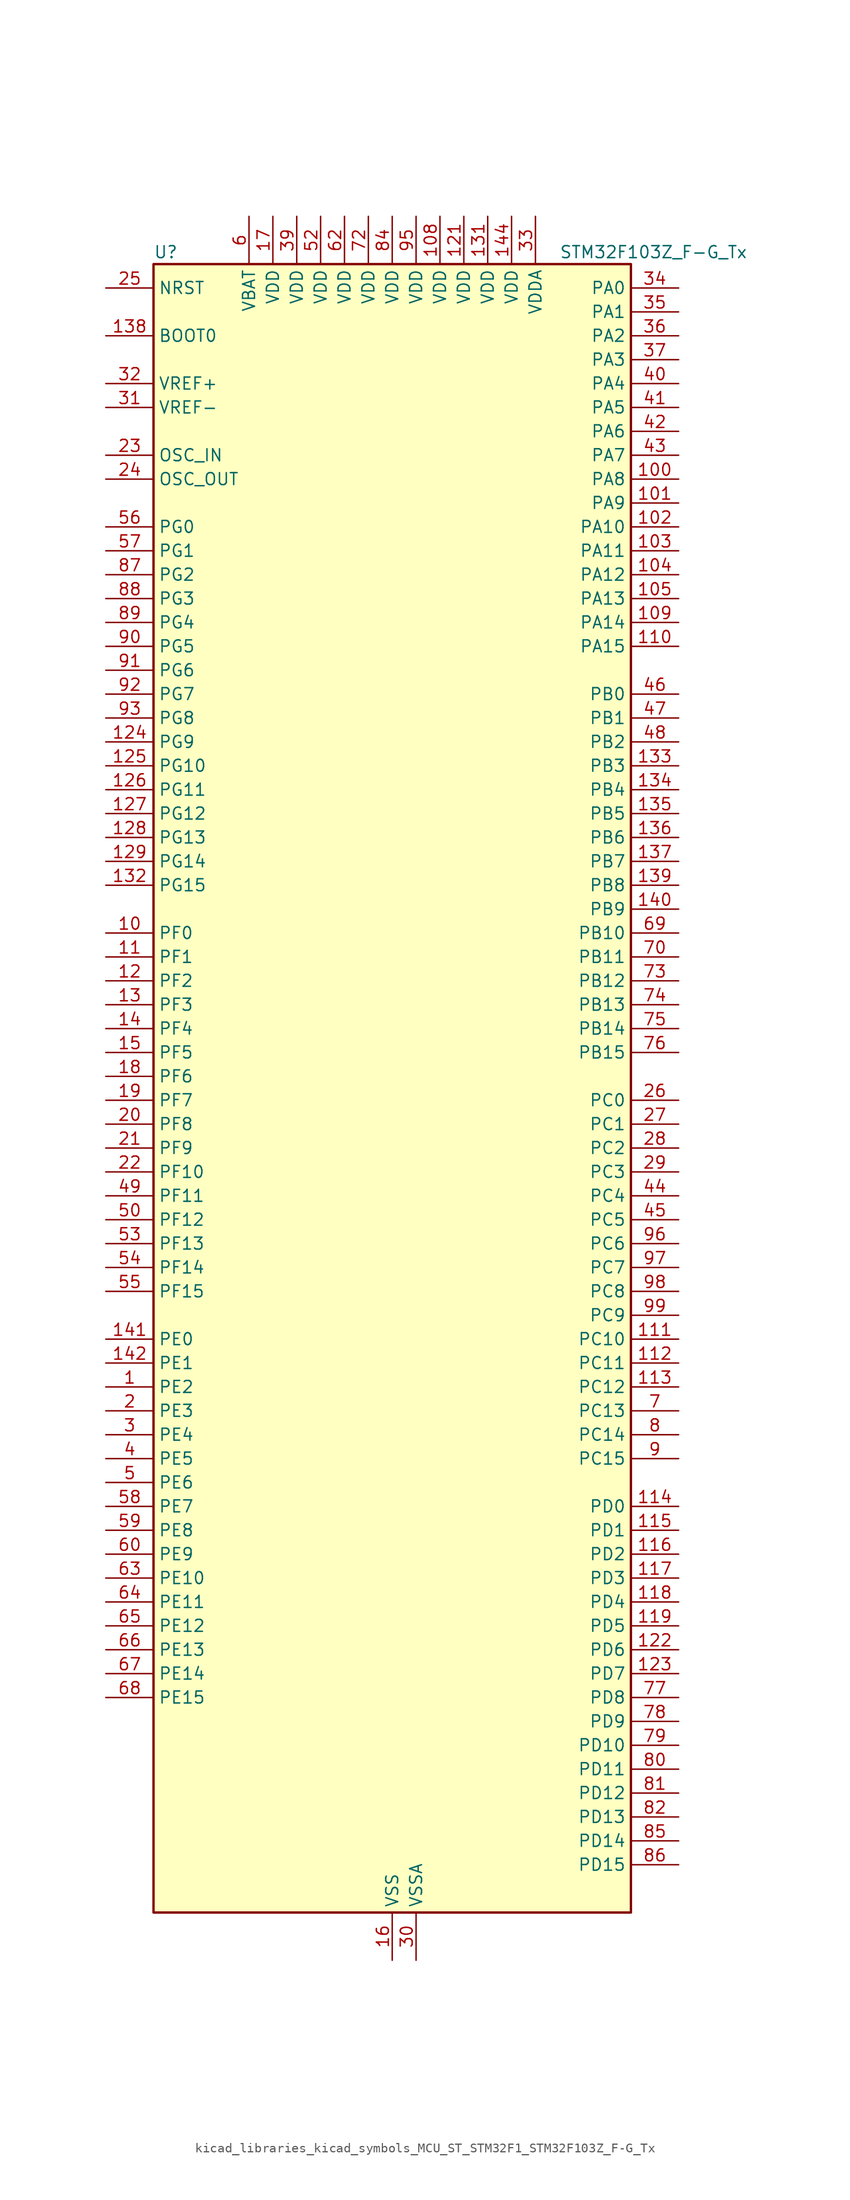
<source format=kicad_sym>
(kicad_symbol_lib
  (version 20220914)
  (generator kicad_symbol_editor)
  (symbol "kicad_libraries_kicad_symbols_MCU_ST_STM32F1_STM32F103Z_F-G_Tx"
    (property "Reference" "U"
      (at -25.4 90.17 0)
      (effects (font (size 1.27 1.27)) (justify left)))
    (property "Value" "STM32F103Z_F-G_Tx"
      (at 17.78 90.17 0)
      (effects (font (size 1.27 1.27)) (justify left)))
    (property "ki_locked" ""
      (at 0 0 0)
      (effects (font (size 1.27 1.27))))
    (symbol "kicad_libraries_kicad_symbols_MCU_ST_STM32F1_STM32F103Z_F-G_Tx_0_1"
      (rectangle (start -25.4 -86.36) (end 25.4 88.9) (stroke (width 0.254) (type default)) (fill (type background))))
    (symbol "kicad_libraries_kicad_symbols_MCU_ST_STM32F1_STM32F103Z_F-G_Tx_1_1"
      (pin bidirectional line (at -30.48 -30.48 0) (length 5.08) (name "PE2" (effects (font (size 1.27 1.27)))) (number "1" (effects (font (size 1.27 1.27)))) (alternate "FSMC_A23" bidirectional line) (alternate "SYS_TRACECLK" bidirectional line))
      (pin bidirectional line (at -30.48 17.78 0) (length 5.08) (name "PF0" (effects (font (size 1.27 1.27)))) (number "10" (effects (font (size 1.27 1.27)))) (alternate "FSMC_A0" bidirectional line))
      (pin bidirectional line (at 30.48 66.04 180) (length 5.08) (name "PA8" (effects (font (size 1.27 1.27)))) (number "100" (effects (font (size 1.27 1.27)))) (alternate "RCC_MCO" bidirectional line) (alternate "TIM1_CH1" bidirectional line) (alternate "USART1_CK" bidirectional line))
      (pin bidirectional line (at 30.48 63.5 180) (length 5.08) (name "PA9" (effects (font (size 1.27 1.27)))) (number "101" (effects (font (size 1.27 1.27)))) (alternate "DAC_EXTI9" bidirectional line) (alternate "TIM1_CH2" bidirectional line) (alternate "USART1_TX" bidirectional line))
      (pin bidirectional line (at 30.48 60.96 180) (length 5.08) (name "PA10" (effects (font (size 1.27 1.27)))) (number "102" (effects (font (size 1.27 1.27)))) (alternate "TIM1_CH3" bidirectional line) (alternate "USART1_RX" bidirectional line))
      (pin bidirectional line (at 30.48 58.42 180) (length 5.08) (name "PA11" (effects (font (size 1.27 1.27)))) (number "103" (effects (font (size 1.27 1.27)))) (alternate "ADC1_EXTI11" bidirectional line) (alternate "ADC2_EXTI11" bidirectional line) (alternate "CAN_RX" bidirectional line) (alternate "TIM1_CH4" bidirectional line) (alternate "USART1_CTS" bidirectional line) (alternate "USB_DM" bidirectional line))
      (pin bidirectional line (at 30.48 55.88 180) (length 5.08) (name "PA12" (effects (font (size 1.27 1.27)))) (number "104" (effects (font (size 1.27 1.27)))) (alternate "CAN_TX" bidirectional line) (alternate "TIM1_ETR" bidirectional line) (alternate "USART1_RTS" bidirectional line) (alternate "USB_DP" bidirectional line))
      (pin bidirectional line (at 30.48 53.34 180) (length 5.08) (name "PA13" (effects (font (size 1.27 1.27)))) (number "105" (effects (font (size 1.27 1.27)))) (alternate "SYS_JTMS-SWDIO" bidirectional line))
      (pin no_connect line (at -25.4 -86.36 0) (length 5.08) hide (name "NC" (effects (font (size 1.27 1.27)))) (number "106" (effects (font (size 1.27 1.27)))))
      (pin passive line (at 0 -91.44 90) (length 5.08) hide (name "VSS" (effects (font (size 1.27 1.27)))) (number "107" (effects (font (size 1.27 1.27)))))
      (pin power_in line (at 5.08 93.98 270) (length 5.08) (name "VDD" (effects (font (size 1.27 1.27)))) (number "108" (effects (font (size 1.27 1.27)))))
      (pin bidirectional line (at 30.48 50.8 180) (length 5.08) (name "PA14" (effects (font (size 1.27 1.27)))) (number "109" (effects (font (size 1.27 1.27)))) (alternate "SYS_JTCK-SWCLK" bidirectional line))
      (pin bidirectional line (at -30.48 15.24 0) (length 5.08) (name "PF1" (effects (font (size 1.27 1.27)))) (number "11" (effects (font (size 1.27 1.27)))) (alternate "FSMC_A1" bidirectional line))
      (pin bidirectional line (at 30.48 48.26 180) (length 5.08) (name "PA15" (effects (font (size 1.27 1.27)))) (number "110" (effects (font (size 1.27 1.27)))) (alternate "ADC1_EXTI15" bidirectional line) (alternate "ADC2_EXTI15" bidirectional line) (alternate "I2S3_WS" bidirectional line) (alternate "SPI1_NSS" bidirectional line) (alternate "SPI3_NSS" bidirectional line) (alternate "SYS_JTDI" bidirectional line) (alternate "TIM2_CH1" bidirectional line) (alternate "TIM2_ETR" bidirectional line))
      (pin bidirectional line (at 30.48 -25.4 180) (length 5.08) (name "PC10" (effects (font (size 1.27 1.27)))) (number "111" (effects (font (size 1.27 1.27)))) (alternate "SDIO_D2" bidirectional line) (alternate "UART4_TX" bidirectional line) (alternate "USART3_TX" bidirectional line))
      (pin bidirectional line (at 30.48 -27.94 180) (length 5.08) (name "PC11" (effects (font (size 1.27 1.27)))) (number "112" (effects (font (size 1.27 1.27)))) (alternate "ADC1_EXTI11" bidirectional line) (alternate "ADC2_EXTI11" bidirectional line) (alternate "SDIO_D3" bidirectional line) (alternate "UART4_RX" bidirectional line) (alternate "USART3_RX" bidirectional line))
      (pin bidirectional line (at 30.48 -30.48 180) (length 5.08) (name "PC12" (effects (font (size 1.27 1.27)))) (number "113" (effects (font (size 1.27 1.27)))) (alternate "SDIO_CK" bidirectional line) (alternate "UART5_TX" bidirectional line) (alternate "USART3_CK" bidirectional line))
      (pin bidirectional line (at 30.48 -43.18 180) (length 5.08) (name "PD0" (effects (font (size 1.27 1.27)))) (number "114" (effects (font (size 1.27 1.27)))) (alternate "CAN_RX" bidirectional line) (alternate "FSMC_D2" bidirectional line) (alternate "FSMC_DA2" bidirectional line))
      (pin bidirectional line (at 30.48 -45.72 180) (length 5.08) (name "PD1" (effects (font (size 1.27 1.27)))) (number "115" (effects (font (size 1.27 1.27)))) (alternate "CAN_TX" bidirectional line) (alternate "FSMC_D3" bidirectional line) (alternate "FSMC_DA3" bidirectional line))
      (pin bidirectional line (at 30.48 -48.26 180) (length 5.08) (name "PD2" (effects (font (size 1.27 1.27)))) (number "116" (effects (font (size 1.27 1.27)))) (alternate "SDIO_CMD" bidirectional line) (alternate "TIM3_ETR" bidirectional line) (alternate "UART5_RX" bidirectional line))
      (pin bidirectional line (at 30.48 -50.8 180) (length 5.08) (name "PD3" (effects (font (size 1.27 1.27)))) (number "117" (effects (font (size 1.27 1.27)))) (alternate "FSMC_CLK" bidirectional line) (alternate "USART2_CTS" bidirectional line))
      (pin bidirectional line (at 30.48 -53.34 180) (length 5.08) (name "PD4" (effects (font (size 1.27 1.27)))) (number "118" (effects (font (size 1.27 1.27)))) (alternate "FSMC_NOE" bidirectional line) (alternate "USART2_RTS" bidirectional line))
      (pin bidirectional line (at 30.48 -55.88 180) (length 5.08) (name "PD5" (effects (font (size 1.27 1.27)))) (number "119" (effects (font (size 1.27 1.27)))) (alternate "FSMC_NWE" bidirectional line) (alternate "USART2_TX" bidirectional line))
      (pin bidirectional line (at -30.48 12.7 0) (length 5.08) (name "PF2" (effects (font (size 1.27 1.27)))) (number "12" (effects (font (size 1.27 1.27)))) (alternate "FSMC_A2" bidirectional line))
      (pin passive line (at 0 -91.44 90) (length 5.08) hide (name "VSS" (effects (font (size 1.27 1.27)))) (number "120" (effects (font (size 1.27 1.27)))))
      (pin power_in line (at 7.62 93.98 270) (length 5.08) (name "VDD" (effects (font (size 1.27 1.27)))) (number "121" (effects (font (size 1.27 1.27)))))
      (pin bidirectional line (at 30.48 -58.42 180) (length 5.08) (name "PD6" (effects (font (size 1.27 1.27)))) (number "122" (effects (font (size 1.27 1.27)))) (alternate "FSMC_NWAIT" bidirectional line) (alternate "USART2_RX" bidirectional line))
      (pin bidirectional line (at 30.48 -60.96 180) (length 5.08) (name "PD7" (effects (font (size 1.27 1.27)))) (number "123" (effects (font (size 1.27 1.27)))) (alternate "FSMC_NCE2" bidirectional line) (alternate "FSMC_NE1" bidirectional line) (alternate "USART2_CK" bidirectional line))
      (pin bidirectional line (at -30.48 38.1 0) (length 5.08) (name "PG9" (effects (font (size 1.27 1.27)))) (number "124" (effects (font (size 1.27 1.27)))) (alternate "DAC_EXTI9" bidirectional line) (alternate "FSMC_NCE3" bidirectional line) (alternate "FSMC_NE2" bidirectional line))
      (pin bidirectional line (at -30.48 35.56 0) (length 5.08) (name "PG10" (effects (font (size 1.27 1.27)))) (number "125" (effects (font (size 1.27 1.27)))) (alternate "FSMC_NCE4_1" bidirectional line) (alternate "FSMC_NE3" bidirectional line))
      (pin bidirectional line (at -30.48 33.02 0) (length 5.08) (name "PG11" (effects (font (size 1.27 1.27)))) (number "126" (effects (font (size 1.27 1.27)))) (alternate "ADC1_EXTI11" bidirectional line) (alternate "ADC2_EXTI11" bidirectional line) (alternate "FSMC_NCE4_2" bidirectional line))
      (pin bidirectional line (at -30.48 30.48 0) (length 5.08) (name "PG12" (effects (font (size 1.27 1.27)))) (number "127" (effects (font (size 1.27 1.27)))) (alternate "FSMC_NE4" bidirectional line))
      (pin bidirectional line (at -30.48 27.94 0) (length 5.08) (name "PG13" (effects (font (size 1.27 1.27)))) (number "128" (effects (font (size 1.27 1.27)))) (alternate "FSMC_A24" bidirectional line))
      (pin bidirectional line (at -30.48 25.4 0) (length 5.08) (name "PG14" (effects (font (size 1.27 1.27)))) (number "129" (effects (font (size 1.27 1.27)))) (alternate "FSMC_A25" bidirectional line))
      (pin bidirectional line (at -30.48 10.16 0) (length 5.08) (name "PF3" (effects (font (size 1.27 1.27)))) (number "13" (effects (font (size 1.27 1.27)))) (alternate "FSMC_A3" bidirectional line))
      (pin passive line (at 0 -91.44 90) (length 5.08) hide (name "VSS" (effects (font (size 1.27 1.27)))) (number "130" (effects (font (size 1.27 1.27)))))
      (pin power_in line (at 10.16 93.98 270) (length 5.08) (name "VDD" (effects (font (size 1.27 1.27)))) (number "131" (effects (font (size 1.27 1.27)))))
      (pin bidirectional line (at -30.48 22.86 0) (length 5.08) (name "PG15" (effects (font (size 1.27 1.27)))) (number "132" (effects (font (size 1.27 1.27)))) (alternate "ADC1_EXTI15" bidirectional line) (alternate "ADC2_EXTI15" bidirectional line))
      (pin bidirectional line (at 30.48 35.56 180) (length 5.08) (name "PB3" (effects (font (size 1.27 1.27)))) (number "133" (effects (font (size 1.27 1.27)))) (alternate "I2S3_CK" bidirectional line) (alternate "SPI1_SCK" bidirectional line) (alternate "SPI3_SCK" bidirectional line) (alternate "SYS_JTDO-TRACESWO" bidirectional line) (alternate "TIM2_CH2" bidirectional line))
      (pin bidirectional line (at 30.48 33.02 180) (length 5.08) (name "PB4" (effects (font (size 1.27 1.27)))) (number "134" (effects (font (size 1.27 1.27)))) (alternate "SPI1_MISO" bidirectional line) (alternate "SPI3_MISO" bidirectional line) (alternate "SYS_NJTRST" bidirectional line) (alternate "TIM3_CH1" bidirectional line))
      (pin bidirectional line (at 30.48 30.48 180) (length 5.08) (name "PB5" (effects (font (size 1.27 1.27)))) (number "135" (effects (font (size 1.27 1.27)))) (alternate "I2C1_SMBA" bidirectional line) (alternate "I2S3_SD" bidirectional line) (alternate "SPI1_MOSI" bidirectional line) (alternate "SPI3_MOSI" bidirectional line) (alternate "TIM3_CH2" bidirectional line))
      (pin bidirectional line (at 30.48 27.94 180) (length 5.08) (name "PB6" (effects (font (size 1.27 1.27)))) (number "136" (effects (font (size 1.27 1.27)))) (alternate "I2C1_SCL" bidirectional line) (alternate "TIM4_CH1" bidirectional line) (alternate "USART1_TX" bidirectional line))
      (pin bidirectional line (at 30.48 25.4 180) (length 5.08) (name "PB7" (effects (font (size 1.27 1.27)))) (number "137" (effects (font (size 1.27 1.27)))) (alternate "FSMC_NL" bidirectional line) (alternate "I2C1_SDA" bidirectional line) (alternate "TIM4_CH2" bidirectional line) (alternate "USART1_RX" bidirectional line))
      (pin input line (at -30.48 81.28 0) (length 5.08) (name "BOOT0" (effects (font (size 1.27 1.27)))) (number "138" (effects (font (size 1.27 1.27)))))
      (pin bidirectional line (at 30.48 22.86 180) (length 5.08) (name "PB8" (effects (font (size 1.27 1.27)))) (number "139" (effects (font (size 1.27 1.27)))) (alternate "CAN_RX" bidirectional line) (alternate "I2C1_SCL" bidirectional line) (alternate "SDIO_D4" bidirectional line) (alternate "TIM10_CH1" bidirectional line) (alternate "TIM4_CH3" bidirectional line))
      (pin bidirectional line (at -30.48 7.62 0) (length 5.08) (name "PF4" (effects (font (size 1.27 1.27)))) (number "14" (effects (font (size 1.27 1.27)))) (alternate "FSMC_A4" bidirectional line))
      (pin bidirectional line (at 30.48 20.32 180) (length 5.08) (name "PB9" (effects (font (size 1.27 1.27)))) (number "140" (effects (font (size 1.27 1.27)))) (alternate "CAN_TX" bidirectional line) (alternate "DAC_EXTI9" bidirectional line) (alternate "I2C1_SDA" bidirectional line) (alternate "SDIO_D5" bidirectional line) (alternate "TIM11_CH1" bidirectional line) (alternate "TIM4_CH4" bidirectional line))
      (pin bidirectional line (at -30.48 -25.4 0) (length 5.08) (name "PE0" (effects (font (size 1.27 1.27)))) (number "141" (effects (font (size 1.27 1.27)))) (alternate "FSMC_NBL0" bidirectional line) (alternate "TIM4_ETR" bidirectional line))
      (pin bidirectional line (at -30.48 -27.94 0) (length 5.08) (name "PE1" (effects (font (size 1.27 1.27)))) (number "142" (effects (font (size 1.27 1.27)))) (alternate "FSMC_NBL1" bidirectional line))
      (pin passive line (at 0 -91.44 90) (length 5.08) hide (name "VSS" (effects (font (size 1.27 1.27)))) (number "143" (effects (font (size 1.27 1.27)))))
      (pin power_in line (at 12.7 93.98 270) (length 5.08) (name "VDD" (effects (font (size 1.27 1.27)))) (number "144" (effects (font (size 1.27 1.27)))))
      (pin bidirectional line (at -30.48 5.08 0) (length 5.08) (name "PF5" (effects (font (size 1.27 1.27)))) (number "15" (effects (font (size 1.27 1.27)))) (alternate "FSMC_A5" bidirectional line))
      (pin power_in line (at 0 -91.44 90) (length 5.08) (name "VSS" (effects (font (size 1.27 1.27)))) (number "16" (effects (font (size 1.27 1.27)))))
      (pin power_in line (at -12.7 93.98 270) (length 5.08) (name "VDD" (effects (font (size 1.27 1.27)))) (number "17" (effects (font (size 1.27 1.27)))))
      (pin bidirectional line (at -30.48 2.54 0) (length 5.08) (name "PF6" (effects (font (size 1.27 1.27)))) (number "18" (effects (font (size 1.27 1.27)))) (alternate "ADC3_IN4" bidirectional line) (alternate "FSMC_NIORD" bidirectional line) (alternate "TIM10_CH1" bidirectional line))
      (pin bidirectional line (at -30.48 0 0) (length 5.08) (name "PF7" (effects (font (size 1.27 1.27)))) (number "19" (effects (font (size 1.27 1.27)))) (alternate "ADC3_IN5" bidirectional line) (alternate "FSMC_NREG" bidirectional line) (alternate "TIM11_CH1" bidirectional line))
      (pin bidirectional line (at -30.48 -33.02 0) (length 5.08) (name "PE3" (effects (font (size 1.27 1.27)))) (number "2" (effects (font (size 1.27 1.27)))) (alternate "FSMC_A19" bidirectional line) (alternate "SYS_TRACED0" bidirectional line))
      (pin bidirectional line (at -30.48 -2.54 0) (length 5.08) (name "PF8" (effects (font (size 1.27 1.27)))) (number "20" (effects (font (size 1.27 1.27)))) (alternate "ADC3_IN6" bidirectional line) (alternate "FSMC_NIOWR" bidirectional line) (alternate "TIM13_CH1" bidirectional line))
      (pin bidirectional line (at -30.48 -5.08 0) (length 5.08) (name "PF9" (effects (font (size 1.27 1.27)))) (number "21" (effects (font (size 1.27 1.27)))) (alternate "ADC3_IN7" bidirectional line) (alternate "DAC_EXTI9" bidirectional line) (alternate "FSMC_CD" bidirectional line) (alternate "TIM14_CH1" bidirectional line))
      (pin bidirectional line (at -30.48 -7.62 0) (length 5.08) (name "PF10" (effects (font (size 1.27 1.27)))) (number "22" (effects (font (size 1.27 1.27)))) (alternate "ADC3_IN8" bidirectional line) (alternate "FSMC_INTR" bidirectional line))
      (pin input line (at -30.48 68.58 0) (length 5.08) (name "OSC_IN" (effects (font (size 1.27 1.27)))) (number "23" (effects (font (size 1.27 1.27)))) (alternate "RCC_OSC_IN" bidirectional line))
      (pin input line (at -30.48 66.04 0) (length 5.08) (name "OSC_OUT" (effects (font (size 1.27 1.27)))) (number "24" (effects (font (size 1.27 1.27)))) (alternate "RCC_OSC_OUT" bidirectional line))
      (pin input line (at -30.48 86.36 0) (length 5.08) (name "NRST" (effects (font (size 1.27 1.27)))) (number "25" (effects (font (size 1.27 1.27)))))
      (pin bidirectional line (at 30.48 0 180) (length 5.08) (name "PC0" (effects (font (size 1.27 1.27)))) (number "26" (effects (font (size 1.27 1.27)))) (alternate "ADC1_IN10" bidirectional line) (alternate "ADC2_IN10" bidirectional line) (alternate "ADC3_IN10" bidirectional line))
      (pin bidirectional line (at 30.48 -2.54 180) (length 5.08) (name "PC1" (effects (font (size 1.27 1.27)))) (number "27" (effects (font (size 1.27 1.27)))) (alternate "ADC1_IN11" bidirectional line) (alternate "ADC2_IN11" bidirectional line) (alternate "ADC3_IN11" bidirectional line))
      (pin bidirectional line (at 30.48 -5.08 180) (length 5.08) (name "PC2" (effects (font (size 1.27 1.27)))) (number "28" (effects (font (size 1.27 1.27)))) (alternate "ADC1_IN12" bidirectional line) (alternate "ADC2_IN12" bidirectional line) (alternate "ADC3_IN12" bidirectional line))
      (pin bidirectional line (at 30.48 -7.62 180) (length 5.08) (name "PC3" (effects (font (size 1.27 1.27)))) (number "29" (effects (font (size 1.27 1.27)))) (alternate "ADC1_IN13" bidirectional line) (alternate "ADC2_IN13" bidirectional line) (alternate "ADC3_IN13" bidirectional line))
      (pin bidirectional line (at -30.48 -35.56 0) (length 5.08) (name "PE4" (effects (font (size 1.27 1.27)))) (number "3" (effects (font (size 1.27 1.27)))) (alternate "FSMC_A20" bidirectional line) (alternate "SYS_TRACED1" bidirectional line))
      (pin power_in line (at 2.54 -91.44 90) (length 5.08) (name "VSSA" (effects (font (size 1.27 1.27)))) (number "30" (effects (font (size 1.27 1.27)))))
      (pin input line (at -30.48 73.66 0) (length 5.08) (name "VREF-" (effects (font (size 1.27 1.27)))) (number "31" (effects (font (size 1.27 1.27)))))
      (pin input line (at -30.48 76.2 0) (length 5.08) (name "VREF+" (effects (font (size 1.27 1.27)))) (number "32" (effects (font (size 1.27 1.27)))))
      (pin power_in line (at 15.24 93.98 270) (length 5.08) (name "VDDA" (effects (font (size 1.27 1.27)))) (number "33" (effects (font (size 1.27 1.27)))))
      (pin bidirectional line (at 30.48 86.36 180) (length 5.08) (name "PA0" (effects (font (size 1.27 1.27)))) (number "34" (effects (font (size 1.27 1.27)))) (alternate "ADC1_IN0" bidirectional line) (alternate "ADC2_IN0" bidirectional line) (alternate "ADC3_IN0" bidirectional line) (alternate "SYS_WKUP" bidirectional line) (alternate "TIM2_CH1" bidirectional line) (alternate "TIM2_ETR" bidirectional line) (alternate "TIM5_CH1" bidirectional line) (alternate "TIM8_ETR" bidirectional line) (alternate "USART2_CTS" bidirectional line))
      (pin bidirectional line (at 30.48 83.82 180) (length 5.08) (name "PA1" (effects (font (size 1.27 1.27)))) (number "35" (effects (font (size 1.27 1.27)))) (alternate "ADC1_IN1" bidirectional line) (alternate "ADC2_IN1" bidirectional line) (alternate "ADC3_IN1" bidirectional line) (alternate "TIM2_CH2" bidirectional line) (alternate "TIM5_CH2" bidirectional line) (alternate "USART2_RTS" bidirectional line))
      (pin bidirectional line (at 30.48 81.28 180) (length 5.08) (name "PA2" (effects (font (size 1.27 1.27)))) (number "36" (effects (font (size 1.27 1.27)))) (alternate "ADC1_IN2" bidirectional line) (alternate "ADC2_IN2" bidirectional line) (alternate "ADC3_IN2" bidirectional line) (alternate "TIM2_CH3" bidirectional line) (alternate "TIM5_CH3" bidirectional line) (alternate "TIM9_CH1" bidirectional line) (alternate "USART2_TX" bidirectional line))
      (pin bidirectional line (at 30.48 78.74 180) (length 5.08) (name "PA3" (effects (font (size 1.27 1.27)))) (number "37" (effects (font (size 1.27 1.27)))) (alternate "ADC1_IN3" bidirectional line) (alternate "ADC2_IN3" bidirectional line) (alternate "ADC3_IN3" bidirectional line) (alternate "TIM2_CH4" bidirectional line) (alternate "TIM5_CH4" bidirectional line) (alternate "TIM9_CH2" bidirectional line) (alternate "USART2_RX" bidirectional line))
      (pin passive line (at 0 -91.44 90) (length 5.08) hide (name "VSS" (effects (font (size 1.27 1.27)))) (number "38" (effects (font (size 1.27 1.27)))))
      (pin power_in line (at -10.16 93.98 270) (length 5.08) (name "VDD" (effects (font (size 1.27 1.27)))) (number "39" (effects (font (size 1.27 1.27)))))
      (pin bidirectional line (at -30.48 -38.1 0) (length 5.08) (name "PE5" (effects (font (size 1.27 1.27)))) (number "4" (effects (font (size 1.27 1.27)))) (alternate "FSMC_A21" bidirectional line) (alternate "SYS_TRACED2" bidirectional line) (alternate "TIM9_CH1" bidirectional line))
      (pin bidirectional line (at 30.48 76.2 180) (length 5.08) (name "PA4" (effects (font (size 1.27 1.27)))) (number "40" (effects (font (size 1.27 1.27)))) (alternate "ADC1_IN4" bidirectional line) (alternate "ADC2_IN4" bidirectional line) (alternate "DAC_OUT1" bidirectional line) (alternate "SPI1_NSS" bidirectional line) (alternate "USART2_CK" bidirectional line))
      (pin bidirectional line (at 30.48 73.66 180) (length 5.08) (name "PA5" (effects (font (size 1.27 1.27)))) (number "41" (effects (font (size 1.27 1.27)))) (alternate "ADC1_IN5" bidirectional line) (alternate "ADC2_IN5" bidirectional line) (alternate "DAC_OUT2" bidirectional line) (alternate "SPI1_SCK" bidirectional line))
      (pin bidirectional line (at 30.48 71.12 180) (length 5.08) (name "PA6" (effects (font (size 1.27 1.27)))) (number "42" (effects (font (size 1.27 1.27)))) (alternate "ADC1_IN6" bidirectional line) (alternate "ADC2_IN6" bidirectional line) (alternate "SPI1_MISO" bidirectional line) (alternate "TIM13_CH1" bidirectional line) (alternate "TIM1_BKIN" bidirectional line) (alternate "TIM3_CH1" bidirectional line) (alternate "TIM8_BKIN" bidirectional line))
      (pin bidirectional line (at 30.48 68.58 180) (length 5.08) (name "PA7" (effects (font (size 1.27 1.27)))) (number "43" (effects (font (size 1.27 1.27)))) (alternate "ADC1_IN7" bidirectional line) (alternate "ADC2_IN7" bidirectional line) (alternate "SPI1_MOSI" bidirectional line) (alternate "TIM14_CH1" bidirectional line) (alternate "TIM1_CH1N" bidirectional line) (alternate "TIM3_CH2" bidirectional line) (alternate "TIM8_CH1N" bidirectional line))
      (pin bidirectional line (at 30.48 -10.16 180) (length 5.08) (name "PC4" (effects (font (size 1.27 1.27)))) (number "44" (effects (font (size 1.27 1.27)))) (alternate "ADC1_IN14" bidirectional line) (alternate "ADC2_IN14" bidirectional line))
      (pin bidirectional line (at 30.48 -12.7 180) (length 5.08) (name "PC5" (effects (font (size 1.27 1.27)))) (number "45" (effects (font (size 1.27 1.27)))) (alternate "ADC1_IN15" bidirectional line) (alternate "ADC2_IN15" bidirectional line))
      (pin bidirectional line (at 30.48 43.18 180) (length 5.08) (name "PB0" (effects (font (size 1.27 1.27)))) (number "46" (effects (font (size 1.27 1.27)))) (alternate "ADC1_IN8" bidirectional line) (alternate "ADC2_IN8" bidirectional line) (alternate "TIM1_CH2N" bidirectional line) (alternate "TIM3_CH3" bidirectional line) (alternate "TIM8_CH2N" bidirectional line))
      (pin bidirectional line (at 30.48 40.64 180) (length 5.08) (name "PB1" (effects (font (size 1.27 1.27)))) (number "47" (effects (font (size 1.27 1.27)))) (alternate "ADC1_IN9" bidirectional line) (alternate "ADC2_IN9" bidirectional line) (alternate "TIM1_CH3N" bidirectional line) (alternate "TIM3_CH4" bidirectional line) (alternate "TIM8_CH3N" bidirectional line))
      (pin bidirectional line (at 30.48 38.1 180) (length 5.08) (name "PB2" (effects (font (size 1.27 1.27)))) (number "48" (effects (font (size 1.27 1.27)))))
      (pin bidirectional line (at -30.48 -10.16 0) (length 5.08) (name "PF11" (effects (font (size 1.27 1.27)))) (number "49" (effects (font (size 1.27 1.27)))) (alternate "ADC1_EXTI11" bidirectional line) (alternate "ADC2_EXTI11" bidirectional line) (alternate "FSMC_NIOS16" bidirectional line))
      (pin bidirectional line (at -30.48 -40.64 0) (length 5.08) (name "PE6" (effects (font (size 1.27 1.27)))) (number "5" (effects (font (size 1.27 1.27)))) (alternate "FSMC_A22" bidirectional line) (alternate "SYS_TRACED3" bidirectional line) (alternate "TIM9_CH2" bidirectional line))
      (pin bidirectional line (at -30.48 -12.7 0) (length 5.08) (name "PF12" (effects (font (size 1.27 1.27)))) (number "50" (effects (font (size 1.27 1.27)))) (alternate "FSMC_A6" bidirectional line))
      (pin passive line (at 0 -91.44 90) (length 5.08) hide (name "VSS" (effects (font (size 1.27 1.27)))) (number "51" (effects (font (size 1.27 1.27)))))
      (pin power_in line (at -7.62 93.98 270) (length 5.08) (name "VDD" (effects (font (size 1.27 1.27)))) (number "52" (effects (font (size 1.27 1.27)))))
      (pin bidirectional line (at -30.48 -15.24 0) (length 5.08) (name "PF13" (effects (font (size 1.27 1.27)))) (number "53" (effects (font (size 1.27 1.27)))) (alternate "FSMC_A7" bidirectional line))
      (pin bidirectional line (at -30.48 -17.78 0) (length 5.08) (name "PF14" (effects (font (size 1.27 1.27)))) (number "54" (effects (font (size 1.27 1.27)))) (alternate "FSMC_A8" bidirectional line))
      (pin bidirectional line (at -30.48 -20.32 0) (length 5.08) (name "PF15" (effects (font (size 1.27 1.27)))) (number "55" (effects (font (size 1.27 1.27)))) (alternate "ADC1_EXTI15" bidirectional line) (alternate "ADC2_EXTI15" bidirectional line) (alternate "FSMC_A9" bidirectional line))
      (pin bidirectional line (at -30.48 60.96 0) (length 5.08) (name "PG0" (effects (font (size 1.27 1.27)))) (number "56" (effects (font (size 1.27 1.27)))) (alternate "FSMC_A10" bidirectional line))
      (pin bidirectional line (at -30.48 58.42 0) (length 5.08) (name "PG1" (effects (font (size 1.27 1.27)))) (number "57" (effects (font (size 1.27 1.27)))) (alternate "FSMC_A11" bidirectional line))
      (pin bidirectional line (at -30.48 -43.18 0) (length 5.08) (name "PE7" (effects (font (size 1.27 1.27)))) (number "58" (effects (font (size 1.27 1.27)))) (alternate "FSMC_D4" bidirectional line) (alternate "FSMC_DA4" bidirectional line) (alternate "TIM1_ETR" bidirectional line))
      (pin bidirectional line (at -30.48 -45.72 0) (length 5.08) (name "PE8" (effects (font (size 1.27 1.27)))) (number "59" (effects (font (size 1.27 1.27)))) (alternate "FSMC_D5" bidirectional line) (alternate "FSMC_DA5" bidirectional line) (alternate "TIM1_CH1N" bidirectional line))
      (pin power_in line (at -15.24 93.98 270) (length 5.08) (name "VBAT" (effects (font (size 1.27 1.27)))) (number "6" (effects (font (size 1.27 1.27)))))
      (pin bidirectional line (at -30.48 -48.26 0) (length 5.08) (name "PE9" (effects (font (size 1.27 1.27)))) (number "60" (effects (font (size 1.27 1.27)))) (alternate "DAC_EXTI9" bidirectional line) (alternate "FSMC_D6" bidirectional line) (alternate "FSMC_DA6" bidirectional line) (alternate "TIM1_CH1" bidirectional line))
      (pin passive line (at 0 -91.44 90) (length 5.08) hide (name "VSS" (effects (font (size 1.27 1.27)))) (number "61" (effects (font (size 1.27 1.27)))))
      (pin power_in line (at -5.08 93.98 270) (length 5.08) (name "VDD" (effects (font (size 1.27 1.27)))) (number "62" (effects (font (size 1.27 1.27)))))
      (pin bidirectional line (at -30.48 -50.8 0) (length 5.08) (name "PE10" (effects (font (size 1.27 1.27)))) (number "63" (effects (font (size 1.27 1.27)))) (alternate "FSMC_D7" bidirectional line) (alternate "FSMC_DA7" bidirectional line) (alternate "TIM1_CH2N" bidirectional line))
      (pin bidirectional line (at -30.48 -53.34 0) (length 5.08) (name "PE11" (effects (font (size 1.27 1.27)))) (number "64" (effects (font (size 1.27 1.27)))) (alternate "ADC1_EXTI11" bidirectional line) (alternate "ADC2_EXTI11" bidirectional line) (alternate "FSMC_D8" bidirectional line) (alternate "FSMC_DA8" bidirectional line) (alternate "TIM1_CH2" bidirectional line))
      (pin bidirectional line (at -30.48 -55.88 0) (length 5.08) (name "PE12" (effects (font (size 1.27 1.27)))) (number "65" (effects (font (size 1.27 1.27)))) (alternate "FSMC_D9" bidirectional line) (alternate "FSMC_DA9" bidirectional line) (alternate "TIM1_CH3N" bidirectional line))
      (pin bidirectional line (at -30.48 -58.42 0) (length 5.08) (name "PE13" (effects (font (size 1.27 1.27)))) (number "66" (effects (font (size 1.27 1.27)))) (alternate "FSMC_D10" bidirectional line) (alternate "FSMC_DA10" bidirectional line) (alternate "TIM1_CH3" bidirectional line))
      (pin bidirectional line (at -30.48 -60.96 0) (length 5.08) (name "PE14" (effects (font (size 1.27 1.27)))) (number "67" (effects (font (size 1.27 1.27)))) (alternate "FSMC_D11" bidirectional line) (alternate "FSMC_DA11" bidirectional line) (alternate "TIM1_CH4" bidirectional line))
      (pin bidirectional line (at -30.48 -63.5 0) (length 5.08) (name "PE15" (effects (font (size 1.27 1.27)))) (number "68" (effects (font (size 1.27 1.27)))) (alternate "ADC1_EXTI15" bidirectional line) (alternate "ADC2_EXTI15" bidirectional line) (alternate "FSMC_D12" bidirectional line) (alternate "FSMC_DA12" bidirectional line) (alternate "TIM1_BKIN" bidirectional line))
      (pin bidirectional line (at 30.48 17.78 180) (length 5.08) (name "PB10" (effects (font (size 1.27 1.27)))) (number "69" (effects (font (size 1.27 1.27)))) (alternate "I2C2_SCL" bidirectional line) (alternate "TIM2_CH3" bidirectional line) (alternate "USART3_TX" bidirectional line))
      (pin bidirectional line (at 30.48 -33.02 180) (length 5.08) (name "PC13" (effects (font (size 1.27 1.27)))) (number "7" (effects (font (size 1.27 1.27)))) (alternate "RTC_OUT" bidirectional line) (alternate "RTC_TAMPER" bidirectional line))
      (pin bidirectional line (at 30.48 15.24 180) (length 5.08) (name "PB11" (effects (font (size 1.27 1.27)))) (number "70" (effects (font (size 1.27 1.27)))) (alternate "ADC1_EXTI11" bidirectional line) (alternate "ADC2_EXTI11" bidirectional line) (alternate "I2C2_SDA" bidirectional line) (alternate "TIM2_CH4" bidirectional line) (alternate "USART3_RX" bidirectional line))
      (pin passive line (at 0 -91.44 90) (length 5.08) hide (name "VSS" (effects (font (size 1.27 1.27)))) (number "71" (effects (font (size 1.27 1.27)))))
      (pin power_in line (at -2.54 93.98 270) (length 5.08) (name "VDD" (effects (font (size 1.27 1.27)))) (number "72" (effects (font (size 1.27 1.27)))))
      (pin bidirectional line (at 30.48 12.7 180) (length 5.08) (name "PB12" (effects (font (size 1.27 1.27)))) (number "73" (effects (font (size 1.27 1.27)))) (alternate "I2C2_SMBA" bidirectional line) (alternate "I2S2_WS" bidirectional line) (alternate "SPI2_NSS" bidirectional line) (alternate "TIM1_BKIN" bidirectional line) (alternate "USART3_CK" bidirectional line))
      (pin bidirectional line (at 30.48 10.16 180) (length 5.08) (name "PB13" (effects (font (size 1.27 1.27)))) (number "74" (effects (font (size 1.27 1.27)))) (alternate "I2S2_CK" bidirectional line) (alternate "SPI2_SCK" bidirectional line) (alternate "TIM1_CH1N" bidirectional line) (alternate "USART3_CTS" bidirectional line))
      (pin bidirectional line (at 30.48 7.62 180) (length 5.08) (name "PB14" (effects (font (size 1.27 1.27)))) (number "75" (effects (font (size 1.27 1.27)))) (alternate "SPI2_MISO" bidirectional line) (alternate "TIM12_CH1" bidirectional line) (alternate "TIM1_CH2N" bidirectional line) (alternate "USART3_RTS" bidirectional line))
      (pin bidirectional line (at 30.48 5.08 180) (length 5.08) (name "PB15" (effects (font (size 1.27 1.27)))) (number "76" (effects (font (size 1.27 1.27)))) (alternate "ADC1_EXTI15" bidirectional line) (alternate "ADC2_EXTI15" bidirectional line) (alternate "I2S2_SD" bidirectional line) (alternate "SPI2_MOSI" bidirectional line) (alternate "TIM12_CH2" bidirectional line) (alternate "TIM1_CH3N" bidirectional line))
      (pin bidirectional line (at 30.48 -63.5 180) (length 5.08) (name "PD8" (effects (font (size 1.27 1.27)))) (number "77" (effects (font (size 1.27 1.27)))) (alternate "FSMC_D13" bidirectional line) (alternate "FSMC_DA13" bidirectional line) (alternate "USART3_TX" bidirectional line))
      (pin bidirectional line (at 30.48 -66.04 180) (length 5.08) (name "PD9" (effects (font (size 1.27 1.27)))) (number "78" (effects (font (size 1.27 1.27)))) (alternate "DAC_EXTI9" bidirectional line) (alternate "FSMC_D14" bidirectional line) (alternate "FSMC_DA14" bidirectional line) (alternate "USART3_RX" bidirectional line))
      (pin bidirectional line (at 30.48 -68.58 180) (length 5.08) (name "PD10" (effects (font (size 1.27 1.27)))) (number "79" (effects (font (size 1.27 1.27)))) (alternate "FSMC_D15" bidirectional line) (alternate "FSMC_DA15" bidirectional line) (alternate "USART3_CK" bidirectional line))
      (pin bidirectional line (at 30.48 -35.56 180) (length 5.08) (name "PC14" (effects (font (size 1.27 1.27)))) (number "8" (effects (font (size 1.27 1.27)))) (alternate "RCC_OSC32_IN" bidirectional line))
      (pin bidirectional line (at 30.48 -71.12 180) (length 5.08) (name "PD11" (effects (font (size 1.27 1.27)))) (number "80" (effects (font (size 1.27 1.27)))) (alternate "ADC1_EXTI11" bidirectional line) (alternate "ADC2_EXTI11" bidirectional line) (alternate "FSMC_A16" bidirectional line) (alternate "FSMC_CLE" bidirectional line) (alternate "USART3_CTS" bidirectional line))
      (pin bidirectional line (at 30.48 -73.66 180) (length 5.08) (name "PD12" (effects (font (size 1.27 1.27)))) (number "81" (effects (font (size 1.27 1.27)))) (alternate "FSMC_A17" bidirectional line) (alternate "FSMC_ALE" bidirectional line) (alternate "TIM4_CH1" bidirectional line) (alternate "USART3_RTS" bidirectional line))
      (pin bidirectional line (at 30.48 -76.2 180) (length 5.08) (name "PD13" (effects (font (size 1.27 1.27)))) (number "82" (effects (font (size 1.27 1.27)))) (alternate "FSMC_A18" bidirectional line) (alternate "TIM4_CH2" bidirectional line))
      (pin passive line (at 0 -91.44 90) (length 5.08) hide (name "VSS" (effects (font (size 1.27 1.27)))) (number "83" (effects (font (size 1.27 1.27)))))
      (pin power_in line (at 0 93.98 270) (length 5.08) (name "VDD" (effects (font (size 1.27 1.27)))) (number "84" (effects (font (size 1.27 1.27)))))
      (pin bidirectional line (at 30.48 -78.74 180) (length 5.08) (name "PD14" (effects (font (size 1.27 1.27)))) (number "85" (effects (font (size 1.27 1.27)))) (alternate "FSMC_D0" bidirectional line) (alternate "FSMC_DA0" bidirectional line) (alternate "TIM4_CH3" bidirectional line))
      (pin bidirectional line (at 30.48 -81.28 180) (length 5.08) (name "PD15" (effects (font (size 1.27 1.27)))) (number "86" (effects (font (size 1.27 1.27)))) (alternate "ADC1_EXTI15" bidirectional line) (alternate "ADC2_EXTI15" bidirectional line) (alternate "FSMC_D1" bidirectional line) (alternate "FSMC_DA1" bidirectional line) (alternate "TIM4_CH4" bidirectional line))
      (pin bidirectional line (at -30.48 55.88 0) (length 5.08) (name "PG2" (effects (font (size 1.27 1.27)))) (number "87" (effects (font (size 1.27 1.27)))) (alternate "FSMC_A12" bidirectional line))
      (pin bidirectional line (at -30.48 53.34 0) (length 5.08) (name "PG3" (effects (font (size 1.27 1.27)))) (number "88" (effects (font (size 1.27 1.27)))) (alternate "FSMC_A13" bidirectional line))
      (pin bidirectional line (at -30.48 50.8 0) (length 5.08) (name "PG4" (effects (font (size 1.27 1.27)))) (number "89" (effects (font (size 1.27 1.27)))) (alternate "FSMC_A14" bidirectional line))
      (pin bidirectional line (at 30.48 -38.1 180) (length 5.08) (name "PC15" (effects (font (size 1.27 1.27)))) (number "9" (effects (font (size 1.27 1.27)))) (alternate "ADC1_EXTI15" bidirectional line) (alternate "ADC2_EXTI15" bidirectional line) (alternate "RCC_OSC32_OUT" bidirectional line))
      (pin bidirectional line (at -30.48 48.26 0) (length 5.08) (name "PG5" (effects (font (size 1.27 1.27)))) (number "90" (effects (font (size 1.27 1.27)))) (alternate "FSMC_A15" bidirectional line))
      (pin bidirectional line (at -30.48 45.72 0) (length 5.08) (name "PG6" (effects (font (size 1.27 1.27)))) (number "91" (effects (font (size 1.27 1.27)))) (alternate "FSMC_INT2" bidirectional line))
      (pin bidirectional line (at -30.48 43.18 0) (length 5.08) (name "PG7" (effects (font (size 1.27 1.27)))) (number "92" (effects (font (size 1.27 1.27)))) (alternate "FSMC_INT3" bidirectional line))
      (pin bidirectional line (at -30.48 40.64 0) (length 5.08) (name "PG8" (effects (font (size 1.27 1.27)))) (number "93" (effects (font (size 1.27 1.27)))))
      (pin passive line (at 0 -91.44 90) (length 5.08) hide (name "VSS" (effects (font (size 1.27 1.27)))) (number "94" (effects (font (size 1.27 1.27)))))
      (pin power_in line (at 2.54 93.98 270) (length 5.08) (name "VDD" (effects (font (size 1.27 1.27)))) (number "95" (effects (font (size 1.27 1.27)))))
      (pin bidirectional line (at 30.48 -15.24 180) (length 5.08) (name "PC6" (effects (font (size 1.27 1.27)))) (number "96" (effects (font (size 1.27 1.27)))) (alternate "I2S2_MCK" bidirectional line) (alternate "SDIO_D6" bidirectional line) (alternate "TIM3_CH1" bidirectional line) (alternate "TIM8_CH1" bidirectional line))
      (pin bidirectional line (at 30.48 -17.78 180) (length 5.08) (name "PC7" (effects (font (size 1.27 1.27)))) (number "97" (effects (font (size 1.27 1.27)))) (alternate "I2S3_MCK" bidirectional line) (alternate "SDIO_D7" bidirectional line) (alternate "TIM3_CH2" bidirectional line) (alternate "TIM8_CH2" bidirectional line))
      (pin bidirectional line (at 30.48 -20.32 180) (length 5.08) (name "PC8" (effects (font (size 1.27 1.27)))) (number "98" (effects (font (size 1.27 1.27)))) (alternate "SDIO_D0" bidirectional line) (alternate "TIM3_CH3" bidirectional line) (alternate "TIM8_CH3" bidirectional line))
      (pin bidirectional line (at 30.48 -22.86 180) (length 5.08) (name "PC9" (effects (font (size 1.27 1.27)))) (number "99" (effects (font (size 1.27 1.27)))) (alternate "DAC_EXTI9" bidirectional line) (alternate "SDIO_D1" bidirectional line) (alternate "TIM3_CH4" bidirectional line) (alternate "TIM8_CH4" bidirectional line)))))
</source>
